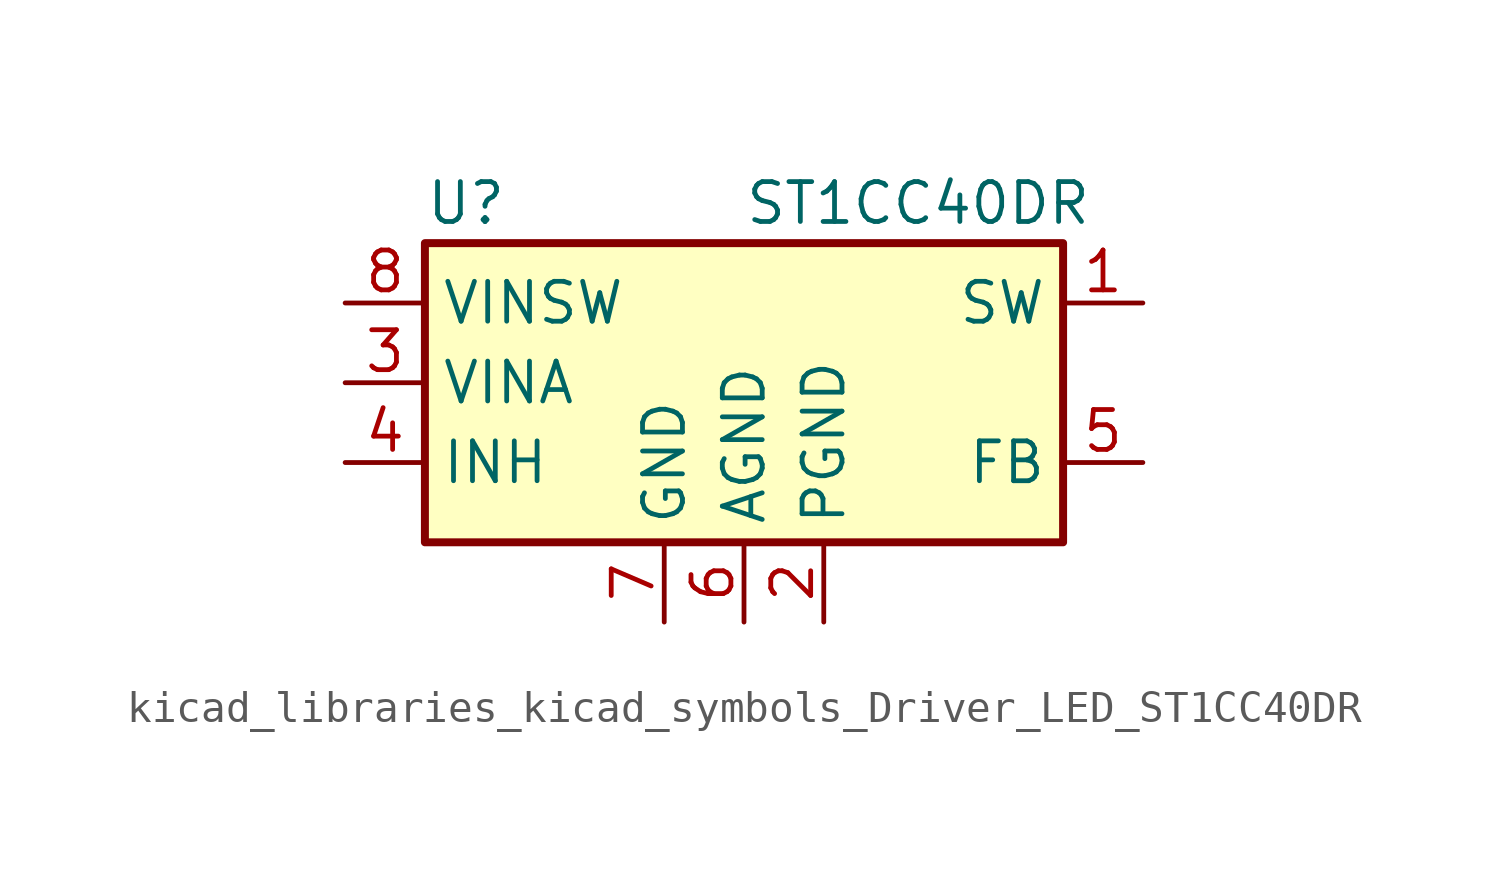
<source format=kicad_sym>
(kicad_symbol_lib
  (version 20220914)
  (generator kicad_symbol_editor)
  (symbol "kicad_libraries_kicad_symbols_Driver_LED_ST1CC40DR"
    (property "Reference" "U"
      (at -10.16 5.715 0)
      (effects (font (size 1.27 1.27)) (justify left)))
    (property "Value" "ST1CC40DR"
      (at 0 5.715 0)
      (effects (font (size 1.27 1.27)) (justify left)))
    (symbol "kicad_libraries_kicad_symbols_Driver_LED_ST1CC40DR_0_1"
      (rectangle (start 10.16 4.445) (end -10.16 -5.08) (stroke (width 0.254) (type default)) (fill (type background))))
    (symbol "kicad_libraries_kicad_symbols_Driver_LED_ST1CC40DR_1_1"
      (pin output line (at 12.7 2.54 180) (length 2.54) (name "SW" (effects (font (size 1.27 1.27)))) (number "1" (effects (font (size 1.27 1.27)))))
      (pin power_out line (at 2.54 -7.62 90) (length 2.54) (name "PGND" (effects (font (size 1.27 1.27)))) (number "2" (effects (font (size 1.27 1.27)))))
      (pin power_in line (at -12.7 0 0) (length 2.54) (name "VINA" (effects (font (size 1.27 1.27)))) (number "3" (effects (font (size 1.27 1.27)))))
      (pin input line (at -12.7 -2.54 0) (length 2.54) (name "INH" (effects (font (size 1.27 1.27)))) (number "4" (effects (font (size 1.27 1.27)))))
      (pin input line (at 12.7 -2.54 180) (length 2.54) (name "FB" (effects (font (size 1.27 1.27)))) (number "5" (effects (font (size 1.27 1.27)))))
      (pin power_in line (at 0 -7.62 90) (length 2.54) (name "AGND" (effects (font (size 1.27 1.27)))) (number "6" (effects (font (size 1.27 1.27)))))
      (pin power_in line (at -2.54 -7.62 90) (length 2.54) (name "GND" (effects (font (size 1.27 1.27)))) (number "7" (effects (font (size 1.27 1.27)))))
      (pin power_in line (at -12.7 2.54 0) (length 2.54) (name "VINSW" (effects (font (size 1.27 1.27)))) (number "8" (effects (font (size 1.27 1.27))))))))
</source>
